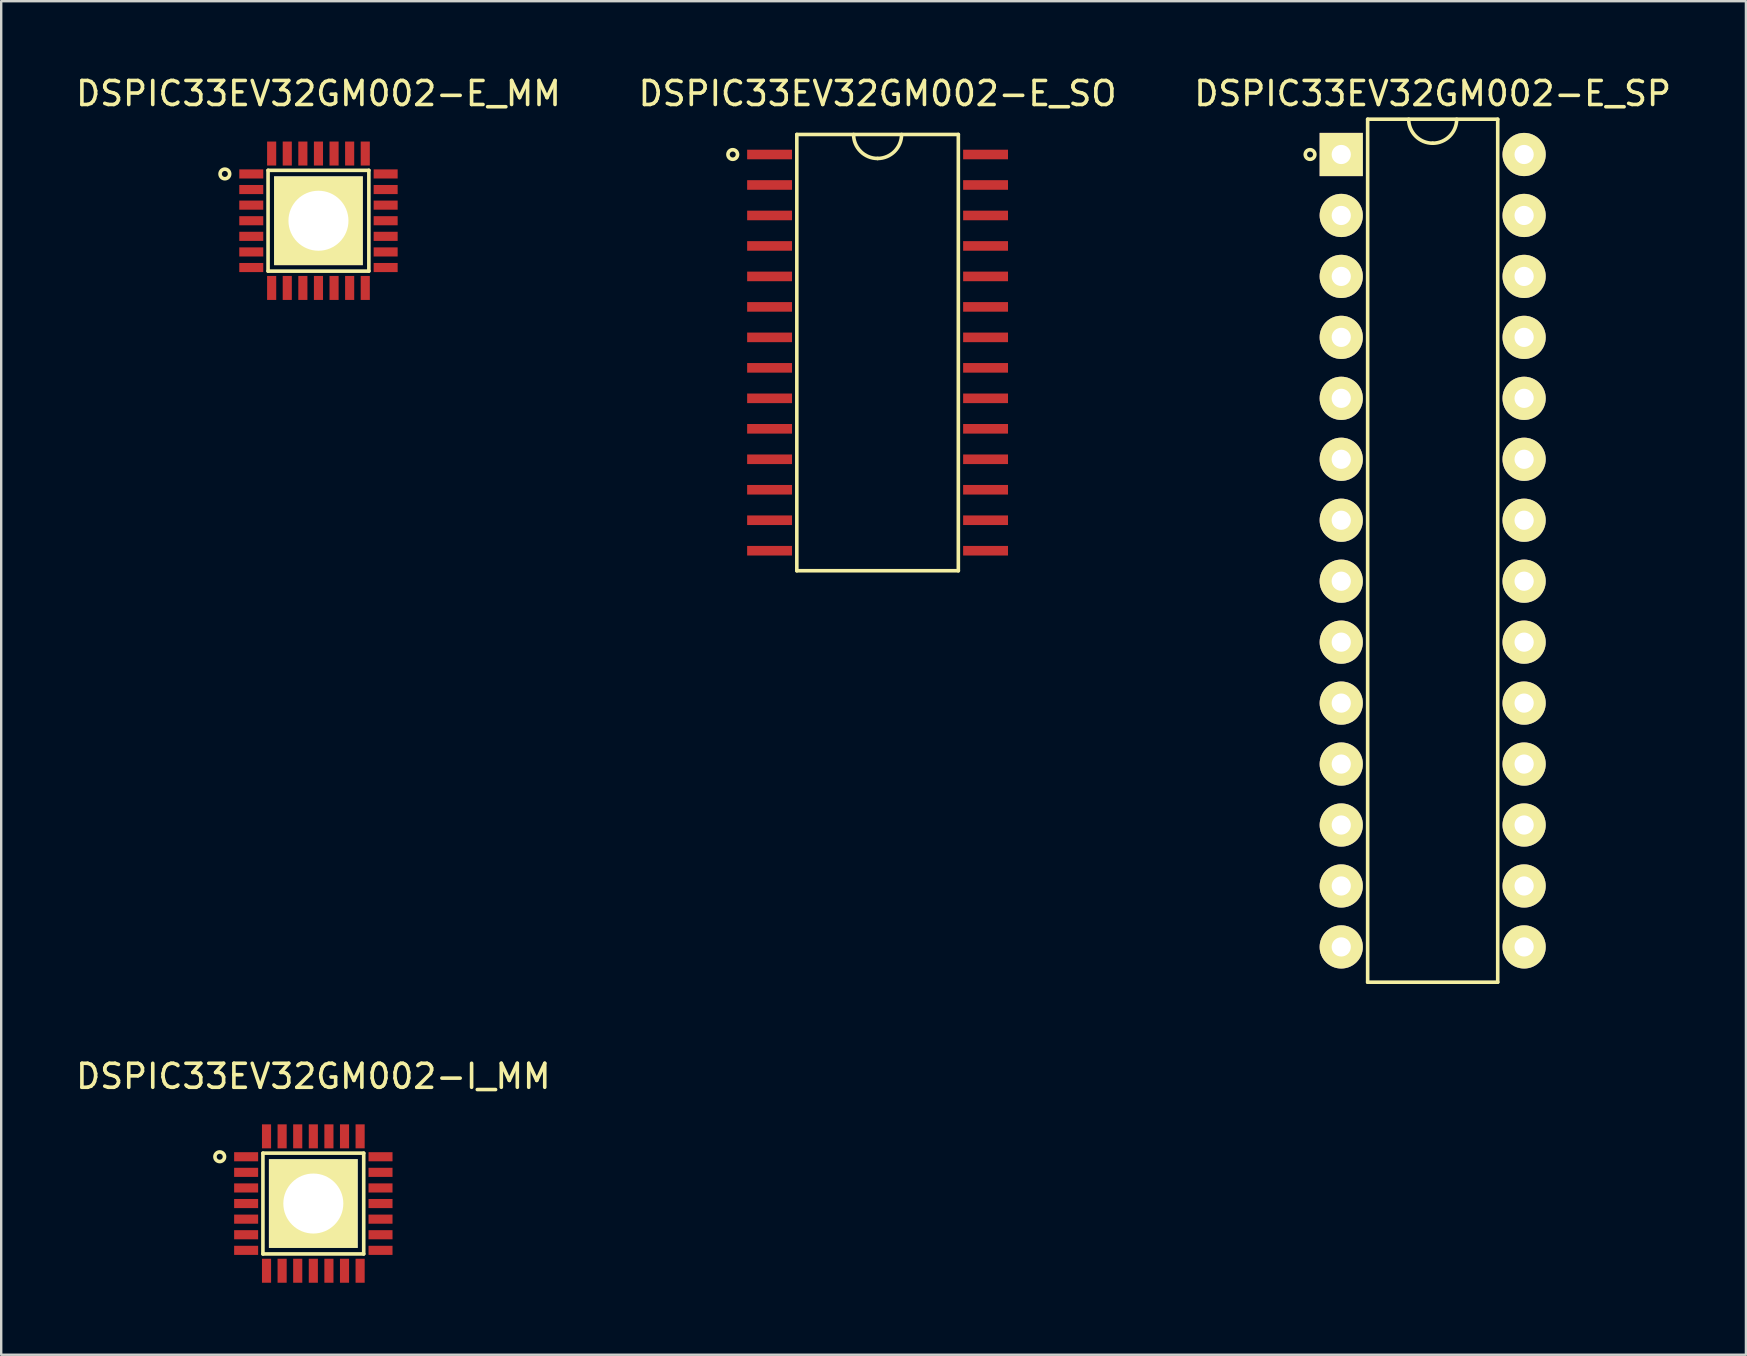
<source format=kicad_pcb>
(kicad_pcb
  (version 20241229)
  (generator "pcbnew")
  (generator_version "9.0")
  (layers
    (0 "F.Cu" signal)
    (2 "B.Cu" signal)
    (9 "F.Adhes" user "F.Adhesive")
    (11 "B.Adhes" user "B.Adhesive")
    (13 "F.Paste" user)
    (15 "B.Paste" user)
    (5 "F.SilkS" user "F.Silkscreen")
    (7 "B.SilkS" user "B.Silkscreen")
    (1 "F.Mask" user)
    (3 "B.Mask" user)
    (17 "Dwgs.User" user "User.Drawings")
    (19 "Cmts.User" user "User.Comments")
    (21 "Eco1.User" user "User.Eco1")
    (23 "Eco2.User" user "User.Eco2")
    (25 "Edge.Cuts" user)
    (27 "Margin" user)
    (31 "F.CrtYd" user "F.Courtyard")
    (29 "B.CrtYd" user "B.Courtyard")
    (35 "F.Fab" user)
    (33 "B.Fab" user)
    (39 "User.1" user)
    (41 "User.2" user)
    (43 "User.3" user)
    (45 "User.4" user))
  (footprint "DSPIC33EV32GM002-E_SO"
    (layer "F.Cu")
    (at 29.018 3.388)
    (property "Reference" "DSPIC33EV32GM002-E_SO" (at 4.5 -2.54 0) (layer "F.SilkS") (effects (font (size 1 1) (thickness 0.15))))
    (attr through_hole)
    (fp_line (start 1.135 -0.835) (end 7.865 -0.835) (stroke (width 0.15) (type solid)) (layer "F.SilkS"))
    (fp_line (start 1.135 17.345) (end 1.135 -0.835) (stroke (width 0.15) (type solid)) (layer "F.SilkS"))
    (fp_line (start 7.865 -0.835) (end 7.865 17.345) (stroke (width 0.15) (type solid)) (layer "F.SilkS"))
    (fp_line (start 7.865 17.345) (end 1.135 17.345) (stroke (width 0.15) (type solid)) (layer "F.SilkS"))
    (fp_arc (start 4.5 0.165) (mid 3.792893 -0.127893) (end 3.5 -0.835) (stroke (width 0.15) (type solid)) (layer "F.SilkS"))
    (fp_arc (start 5.5 -0.835) (mid 5.207107 -0.127893) (end 4.5 0.165) (stroke (width 0.15) (type solid)) (layer "F.SilkS"))
    (fp_circle (center -1.535 0) (end -1.535 0.2) (stroke (width 0.15) (type solid)) (fill no) (layer "F.SilkS"))
    (pad "1" smd rect (at 0 0) (size 1.87 0.4) (layers "F.Cu" "F.Mask" "F.Paste"))
    (pad "2" smd rect (at 0 1.27) (size 1.87 0.4) (layers "F.Cu" "F.Mask" "F.Paste"))
    (pad "3" smd rect (at 0 2.54) (size 1.87 0.4) (layers "F.Cu" "F.Mask" "F.Paste"))
    (pad "4" smd rect (at 0 3.81) (size 1.87 0.4) (layers "F.Cu" "F.Mask" "F.Paste"))
    (pad "5" smd rect (at 0 5.08) (size 1.87 0.4) (layers "F.Cu" "F.Mask" "F.Paste"))
    (pad "6" smd rect (at 0 6.35) (size 1.87 0.4) (layers "F.Cu" "F.Mask" "F.Paste"))
    (pad "7" smd rect (at 0 7.62) (size 1.87 0.4) (layers "F.Cu" "F.Mask" "F.Paste"))
    (pad "8" smd rect (at 0 8.89) (size 1.87 0.4) (layers "F.Cu" "F.Mask" "F.Paste"))
    (pad "9" smd rect (at 0 10.16) (size 1.87 0.4) (layers "F.Cu" "F.Mask" "F.Paste"))
    (pad "10" smd rect (at 0 11.43) (size 1.87 0.4) (layers "F.Cu" "F.Mask" "F.Paste"))
    (pad "11" smd rect (at 0 12.7) (size 1.87 0.4) (layers "F.Cu" "F.Mask" "F.Paste"))
    (pad "12" smd rect (at 0 13.97) (size 1.87 0.4) (layers "F.Cu" "F.Mask" "F.Paste"))
    (pad "13" smd rect (at 0 15.24) (size 1.87 0.4) (layers "F.Cu" "F.Mask" "F.Paste"))
    (pad "14" smd rect (at 0 16.51) (size 1.87 0.4) (layers "F.Cu" "F.Mask" "F.Paste"))
    (pad "15" smd rect (at 9 16.51) (size 1.87 0.4) (layers "F.Cu" "F.Mask" "F.Paste"))
    (pad "16" smd rect (at 9 15.24) (size 1.87 0.4) (layers "F.Cu" "F.Mask" "F.Paste"))
    (pad "17" smd rect (at 9 13.97) (size 1.87 0.4) (layers "F.Cu" "F.Mask" "F.Paste"))
    (pad "18" smd rect (at 9 12.7) (size 1.87 0.4) (layers "F.Cu" "F.Mask" "F.Paste"))
    (pad "19" smd rect (at 9 11.43) (size 1.87 0.4) (layers "F.Cu" "F.Mask" "F.Paste"))
    (pad "20" smd rect (at 9 10.16) (size 1.87 0.4) (layers "F.Cu" "F.Mask" "F.Paste"))
    (pad "21" smd rect (at 9 8.89) (size 1.87 0.4) (layers "F.Cu" "F.Mask" "F.Paste"))
    (pad "22" smd rect (at 9 7.62) (size 1.87 0.4) (layers "F.Cu" "F.Mask" "F.Paste"))
    (pad "23" smd rect (at 9 6.35) (size 1.87 0.4) (layers "F.Cu" "F.Mask" "F.Paste"))
    (pad "24" smd rect (at 9 5.08) (size 1.87 0.4) (layers "F.Cu" "F.Mask" "F.Paste"))
    (pad "25" smd rect (at 9 3.81) (size 1.87 0.4) (layers "F.Cu" "F.Mask" "F.Paste"))
    (pad "26" smd rect (at 9 2.54) (size 1.87 0.4) (layers "F.Cu" "F.Mask" "F.Paste"))
    (pad "27" smd rect (at 9 1.27) (size 1.87 0.4) (layers "F.Cu" "F.Mask" "F.Paste"))
    (pad "28" smd rect (at 9 0) (size 1.87 0.4) (layers "F.Cu" "F.Mask" "F.Paste")))
  (footprint "DSPIC33EV32GM002-E_MM"
    (layer "F.Cu")
    (at 7.42 3.348)
    (property "Reference" "DSPIC33EV32GM002-E_MM" (at 2.8 -2.5 0) (layer "F.SilkS") (effects (font (size 1 1) (thickness 0.15))))
    (attr through_hole)
    (fp_line (start 0.7 0.7) (end 0.7 4.9) (stroke (width 0.15) (type solid)) (layer "F.SilkS"))
    (fp_line (start 0.7 0.7) (end 4.9 0.7) (stroke (width 0.15) (type solid)) (layer "F.SilkS"))
    (fp_line (start 0.7 4.9) (end 4.9 4.9) (stroke (width 0.15) (type solid)) (layer "F.SilkS"))
    (fp_line (start 4.9 4.9) (end 4.9 0.7) (stroke (width 0.15) (type solid)) (layer "F.SilkS"))
    (fp_circle (center -1.1 0.85) (end -1.1 0.65) (stroke (width 0.15) (type solid)) (fill no) (layer "F.SilkS"))
    (fp_circle (center 1.7 1.7) (end 1.7 1.2) (stroke (width 0.15) (type solid)) (fill no) (layer "F.SilkS"))
    (pad "1" smd rect (at 0 0.85) (size 1 0.38) (layers "F.Cu" "F.Mask" "F.Paste"))
    (pad "2" smd rect (at 0 1.5) (size 1 0.38) (layers "F.Cu" "F.Mask" "F.Paste"))
    (pad "3" smd rect (at 0 2.15) (size 1 0.38) (layers "F.Cu" "F.Mask" "F.Paste"))
    (pad "4" smd rect (at 0 2.8) (size 1 0.38) (layers "F.Cu" "F.Mask" "F.Paste"))
    (pad "5" smd rect (at 0 3.45) (size 1 0.38) (layers "F.Cu" "F.Mask" "F.Paste"))
    (pad "6" smd rect (at 0 4.1) (size 1 0.38) (layers "F.Cu" "F.Mask" "F.Paste"))
    (pad "7" smd rect (at 0 4.75) (size 1 0.38) (layers "F.Cu" "F.Mask" "F.Paste"))
    (pad "8" smd rect (at 0.85 5.6) (size 0.38 1) (layers "F.Cu" "F.Mask" "F.Paste"))
    (pad "9" smd rect (at 1.5 5.6) (size 0.38 1) (layers "F.Cu" "F.Mask" "F.Paste"))
    (pad "10" smd rect (at 2.15 5.6) (size 0.38 1) (layers "F.Cu" "F.Mask" "F.Paste"))
    (pad "11" smd rect (at 2.8 5.6) (size 0.38 1) (layers "F.Cu" "F.Mask" "F.Paste"))
    (pad "12" smd rect (at 3.45 5.6) (size 0.38 1) (layers "F.Cu" "F.Mask" "F.Paste"))
    (pad "13" smd rect (at 4.1 5.6) (size 0.38 1) (layers "F.Cu" "F.Mask" "F.Paste"))
    (pad "14" smd rect (at 4.75 5.6) (size 0.38 1) (layers "F.Cu" "F.Mask" "F.Paste"))
    (pad "15" smd rect (at 5.6 4.75) (size 1 0.38) (layers "F.Cu" "F.Mask" "F.Paste"))
    (pad "16" smd rect (at 5.6 4.1) (size 1 0.38) (layers "F.Cu" "F.Mask" "F.Paste"))
    (pad "17" smd rect (at 5.6 3.45) (size 1 0.38) (layers "F.Cu" "F.Mask" "F.Paste"))
    (pad "18" smd rect (at 5.6 2.8) (size 1 0.38) (layers "F.Cu" "F.Mask" "F.Paste"))
    (pad "19" smd rect (at 5.6 2.15) (size 1 0.38) (layers "F.Cu" "F.Mask" "F.Paste"))
    (pad "20" smd rect (at 5.6 1.5) (size 1 0.38) (layers "F.Cu" "F.Mask" "F.Paste"))
    (pad "21" smd rect (at 5.6 0.85) (size 1 0.38) (layers "F.Cu" "F.Mask" "F.Paste"))
    (pad "22" smd rect (at 4.75 0) (size 0.38 1) (layers "F.Cu" "F.Mask" "F.Paste"))
    (pad "23" smd rect (at 4.1 0) (size 0.38 1) (layers "F.Cu" "F.Mask" "F.Paste"))
    (pad "24" smd rect (at 3.45 0) (size 0.38 1) (layers "F.Cu" "F.Mask" "F.Paste"))
    (pad "25" smd rect (at 2.8 0) (size 0.38 1) (layers "F.Cu" "F.Mask" "F.Paste"))
    (pad "26" smd rect (at 2.15 0) (size 0.38 1) (layers "F.Cu" "F.Mask" "F.Paste"))
    (pad "27" smd rect (at 1.5 0) (size 0.38 1) (layers "F.Cu" "F.Mask" "F.Paste"))
    (pad "28" smd rect (at 0.85 0) (size 0.38 1) (layers "F.Cu" "F.Mask" "F.Paste"))
    (pad "999" thru_hole rect (at 2.8 2.8) (size 3.7 3.7) (drill 2.5) (layers "*.Cu" "*.Mask" "F.SilkS")))
  (footprint "DSPIC33EV32GM002-I_MM"
    (layer "F.Cu")
    (at 7.206 44.301)
    (property "Reference" "DSPIC33EV32GM002-I_MM" (at 2.8 -2.5 0) (layer "F.SilkS") (effects (font (size 1 1) (thickness 0.15))))
    (attr through_hole)
    (fp_line (start 0.7 0.7) (end 0.7 4.9) (stroke (width 0.15) (type solid)) (layer "F.SilkS"))
    (fp_line (start 0.7 0.7) (end 4.9 0.7) (stroke (width 0.15) (type solid)) (layer "F.SilkS"))
    (fp_line (start 0.7 4.9) (end 4.9 4.9) (stroke (width 0.15) (type solid)) (layer "F.SilkS"))
    (fp_line (start 4.9 4.9) (end 4.9 0.7) (stroke (width 0.15) (type solid)) (layer "F.SilkS"))
    (fp_circle (center -1.1 0.85) (end -1.1 0.65) (stroke (width 0.15) (type solid)) (fill no) (layer "F.SilkS"))
    (fp_circle (center 1.7 1.7) (end 1.7 1.2) (stroke (width 0.15) (type solid)) (fill no) (layer "F.SilkS"))
    (pad "1" smd rect (at 0 0.85) (size 1 0.38) (layers "F.Cu" "F.Mask" "F.Paste"))
    (pad "2" smd rect (at 0 1.5) (size 1 0.38) (layers "F.Cu" "F.Mask" "F.Paste"))
    (pad "3" smd rect (at 0 2.15) (size 1 0.38) (layers "F.Cu" "F.Mask" "F.Paste"))
    (pad "4" smd rect (at 0 2.8) (size 1 0.38) (layers "F.Cu" "F.Mask" "F.Paste"))
    (pad "5" smd rect (at 0 3.45) (size 1 0.38) (layers "F.Cu" "F.Mask" "F.Paste"))
    (pad "6" smd rect (at 0 4.1) (size 1 0.38) (layers "F.Cu" "F.Mask" "F.Paste"))
    (pad "7" smd rect (at 0 4.75) (size 1 0.38) (layers "F.Cu" "F.Mask" "F.Paste"))
    (pad "8" smd rect (at 0.85 5.6) (size 0.38 1) (layers "F.Cu" "F.Mask" "F.Paste"))
    (pad "9" smd rect (at 1.5 5.6) (size 0.38 1) (layers "F.Cu" "F.Mask" "F.Paste"))
    (pad "10" smd rect (at 2.15 5.6) (size 0.38 1) (layers "F.Cu" "F.Mask" "F.Paste"))
    (pad "11" smd rect (at 2.8 5.6) (size 0.38 1) (layers "F.Cu" "F.Mask" "F.Paste"))
    (pad "12" smd rect (at 3.45 5.6) (size 0.38 1) (layers "F.Cu" "F.Mask" "F.Paste"))
    (pad "13" smd rect (at 4.1 5.6) (size 0.38 1) (layers "F.Cu" "F.Mask" "F.Paste"))
    (pad "14" smd rect (at 4.75 5.6) (size 0.38 1) (layers "F.Cu" "F.Mask" "F.Paste"))
    (pad "15" smd rect (at 5.6 4.75) (size 1 0.38) (layers "F.Cu" "F.Mask" "F.Paste"))
    (pad "16" smd rect (at 5.6 4.1) (size 1 0.38) (layers "F.Cu" "F.Mask" "F.Paste"))
    (pad "17" smd rect (at 5.6 3.45) (size 1 0.38) (layers "F.Cu" "F.Mask" "F.Paste"))
    (pad "18" smd rect (at 5.6 2.8) (size 1 0.38) (layers "F.Cu" "F.Mask" "F.Paste"))
    (pad "19" smd rect (at 5.6 2.15) (size 1 0.38) (layers "F.Cu" "F.Mask" "F.Paste"))
    (pad "20" smd rect (at 5.6 1.5) (size 1 0.38) (layers "F.Cu" "F.Mask" "F.Paste"))
    (pad "21" smd rect (at 5.6 0.85) (size 1 0.38) (layers "F.Cu" "F.Mask" "F.Paste"))
    (pad "22" smd rect (at 4.75 0) (size 0.38 1) (layers "F.Cu" "F.Mask" "F.Paste"))
    (pad "23" smd rect (at 4.1 0) (size 0.38 1) (layers "F.Cu" "F.Mask" "F.Paste"))
    (pad "24" smd rect (at 3.45 0) (size 0.38 1) (layers "F.Cu" "F.Mask" "F.Paste"))
    (pad "25" smd rect (at 2.8 0) (size 0.38 1) (layers "F.Cu" "F.Mask" "F.Paste"))
    (pad "26" smd rect (at 2.15 0) (size 0.38 1) (layers "F.Cu" "F.Mask" "F.Paste"))
    (pad "27" smd rect (at 1.5 0) (size 0.38 1) (layers "F.Cu" "F.Mask" "F.Paste"))
    (pad "28" smd rect (at 0.85 0) (size 0.38 1) (layers "F.Cu" "F.Mask" "F.Paste"))
    (pad "999" thru_hole rect (at 2.8 2.8) (size 3.7 3.7) (drill 2.5) (layers "*.Cu" "*.Mask" "F.SilkS")))
  (footprint "DSPIC33EV32GM002-E_SP"
    (layer "F.Cu")
    (at 52.839 3.388)
    (property "Reference" "DSPIC33EV32GM002-E_SP" (at 3.81 -2.54 0) (layer "F.SilkS") (effects (font (size 1 1) (thickness 0.15))))
    (attr through_hole)
    (fp_line (start 1.1 -1.47) (end 6.52 -1.47) (stroke (width 0.15) (type solid)) (layer "F.SilkS"))
    (fp_line (start 1.1 34.49) (end 1.1 -1.47) (stroke (width 0.15) (type solid)) (layer "F.SilkS"))
    (fp_line (start 6.52 -1.47) (end 6.52 34.49) (stroke (width 0.15) (type solid)) (layer "F.SilkS"))
    (fp_line (start 6.52 34.49) (end 1.1 34.49) (stroke (width 0.15) (type solid)) (layer "F.SilkS"))
    (fp_arc (start 3.81 -0.47) (mid 3.102893 -0.762893) (end 2.81 -1.47) (stroke (width 0.15) (type solid)) (layer "F.SilkS"))
    (fp_arc (start 4.81 -1.47) (mid 4.517107 -0.762893) (end 3.81 -0.47) (stroke (width 0.15) (type solid)) (layer "F.SilkS"))
    (fp_circle (center -1.3 0) (end -1.3 0.2) (stroke (width 0.15) (type solid)) (fill no) (layer "F.SilkS"))
    (pad "1" thru_hole rect (at 0 0) (size 1.8 1.8) (drill 0.8) (layers "*.Cu" "*.Mask" "F.SilkS"))
    (pad "2" thru_hole circle (at 0 2.54) (size 1.8 1.8) (drill 0.8) (layers "*.Cu" "*.Mask" "F.SilkS"))
    (pad "3" thru_hole circle (at 0 5.08) (size 1.8 1.8) (drill 0.8) (layers "*.Cu" "*.Mask" "F.SilkS"))
    (pad "4" thru_hole circle (at 0 7.62) (size 1.8 1.8) (drill 0.8) (layers "*.Cu" "*.Mask" "F.SilkS"))
    (pad "5" thru_hole circle (at 0 10.16) (size 1.8 1.8) (drill 0.8) (layers "*.Cu" "*.Mask" "F.SilkS"))
    (pad "6" thru_hole circle (at 0 12.7) (size 1.8 1.8) (drill 0.8) (layers "*.Cu" "*.Mask" "F.SilkS"))
    (pad "7" thru_hole circle (at 0 15.24) (size 1.8 1.8) (drill 0.8) (layers "*.Cu" "*.Mask" "F.SilkS"))
    (pad "8" thru_hole circle (at 0 17.78) (size 1.8 1.8) (drill 0.8) (layers "*.Cu" "*.Mask" "F.SilkS"))
    (pad "9" thru_hole circle (at 0 20.32) (size 1.8 1.8) (drill 0.8) (layers "*.Cu" "*.Mask" "F.SilkS"))
    (pad "10" thru_hole circle (at 0 22.86) (size 1.8 1.8) (drill 0.8) (layers "*.Cu" "*.Mask" "F.SilkS"))
    (pad "11" thru_hole circle (at 0 25.4) (size 1.8 1.8) (drill 0.8) (layers "*.Cu" "*.Mask" "F.SilkS"))
    (pad "12" thru_hole circle (at 0 27.94) (size 1.8 1.8) (drill 0.8) (layers "*.Cu" "*.Mask" "F.SilkS"))
    (pad "13" thru_hole circle (at 0 30.48) (size 1.8 1.8) (drill 0.8) (layers "*.Cu" "*.Mask" "F.SilkS"))
    (pad "14" thru_hole circle (at 0 33.02) (size 1.8 1.8) (drill 0.8) (layers "*.Cu" "*.Mask" "F.SilkS"))
    (pad "15" thru_hole circle (at 7.62 33.02) (size 1.8 1.8) (drill 0.8) (layers "*.Cu" "*.Mask" "F.SilkS"))
    (pad "16" thru_hole circle (at 7.62 30.48) (size 1.8 1.8) (drill 0.8) (layers "*.Cu" "*.Mask" "F.SilkS"))
    (pad "17" thru_hole circle (at 7.62 27.94) (size 1.8 1.8) (drill 0.8) (layers "*.Cu" "*.Mask" "F.SilkS"))
    (pad "18" thru_hole circle (at 7.62 25.4) (size 1.8 1.8) (drill 0.8) (layers "*.Cu" "*.Mask" "F.SilkS"))
    (pad "19" thru_hole circle (at 7.62 22.86) (size 1.8 1.8) (drill 0.8) (layers "*.Cu" "*.Mask" "F.SilkS"))
    (pad "20" thru_hole circle (at 7.62 20.32) (size 1.8 1.8) (drill 0.8) (layers "*.Cu" "*.Mask" "F.SilkS"))
    (pad "21" thru_hole circle (at 7.62 17.78) (size 1.8 1.8) (drill 0.8) (layers "*.Cu" "*.Mask" "F.SilkS"))
    (pad "22" thru_hole circle (at 7.62 15.24) (size 1.8 1.8) (drill 0.8) (layers "*.Cu" "*.Mask" "F.SilkS"))
    (pad "23" thru_hole circle (at 7.62 12.7) (size 1.8 1.8) (drill 0.8) (layers "*.Cu" "*.Mask" "F.SilkS"))
    (pad "24" thru_hole circle (at 7.62 10.16) (size 1.8 1.8) (drill 0.8) (layers "*.Cu" "*.Mask" "F.SilkS"))
    (pad "25" thru_hole circle (at 7.62 7.62) (size 1.8 1.8) (drill 0.8) (layers "*.Cu" "*.Mask" "F.SilkS"))
    (pad "26" thru_hole circle (at 7.62 5.08) (size 1.8 1.8) (drill 0.8) (layers "*.Cu" "*.Mask" "F.SilkS"))
    (pad "27" thru_hole circle (at 7.62 2.54) (size 1.8 1.8) (drill 0.8) (layers "*.Cu" "*.Mask" "F.SilkS"))
    (pad "28" thru_hole circle (at 7.62 0) (size 1.8 1.8) (drill 0.8) (layers "*.Cu" "*.Mask" "F.SilkS")))
  (gr_rect
    (start -3 -3)
    (end 69.702 53.401)
    (stroke (width 0.1) (type default))
    (fill no)
    (layer "Edge.Cuts")))
</source>
